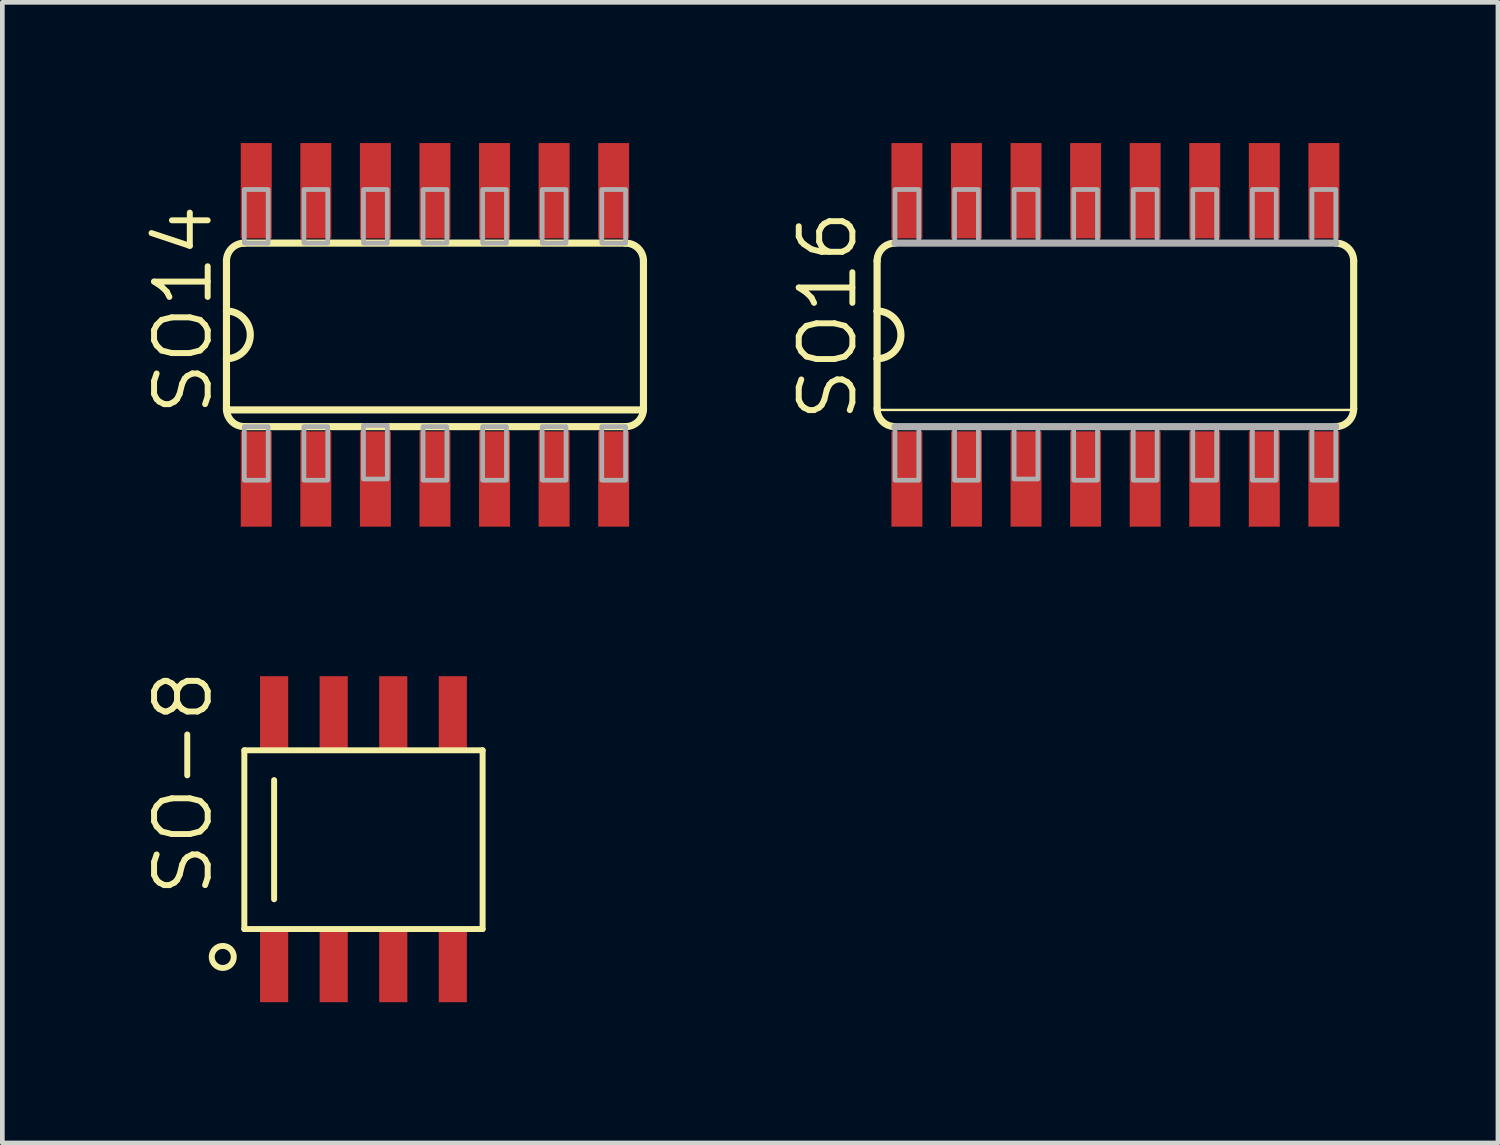
<source format=kicad_pcb>
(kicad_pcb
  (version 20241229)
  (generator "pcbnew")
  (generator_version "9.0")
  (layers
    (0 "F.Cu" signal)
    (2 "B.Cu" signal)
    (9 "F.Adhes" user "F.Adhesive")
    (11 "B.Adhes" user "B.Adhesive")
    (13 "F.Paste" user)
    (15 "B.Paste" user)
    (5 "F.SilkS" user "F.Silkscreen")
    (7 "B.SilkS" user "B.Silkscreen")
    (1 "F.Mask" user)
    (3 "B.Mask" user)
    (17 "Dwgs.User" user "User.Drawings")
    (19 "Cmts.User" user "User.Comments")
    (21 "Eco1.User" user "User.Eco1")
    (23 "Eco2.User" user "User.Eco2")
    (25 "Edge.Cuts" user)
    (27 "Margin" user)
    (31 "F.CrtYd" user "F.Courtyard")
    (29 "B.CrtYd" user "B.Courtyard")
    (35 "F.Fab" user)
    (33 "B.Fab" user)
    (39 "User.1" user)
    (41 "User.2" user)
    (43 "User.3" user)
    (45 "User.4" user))
  (footprint "SO14"
    (layer "F.Cu")
    (at 6.223 4.089)
    (property "Reference" "SO14" (at -4.699 1.778 90) (layer "F.SilkS") (effects (font (size 1.143 1.143) (thickness 0.127)) (justify left bottom)))
    (fp_line (start -4.445 -1.575) (end -4.445 -0.508) (stroke (width 0.152) (type solid)) (layer "F.SilkS"))
    (fp_line (start -4.445 -0.508) (end -4.445 0.508) (stroke (width 0.152) (type solid)) (layer "F.SilkS"))
    (fp_line (start -4.445 0.508) (end -4.445 1.575) (stroke (width 0.152) (type solid)) (layer "F.SilkS"))
    (fp_line (start -4.445 1.6) (end 4.445 1.6) (stroke (width 0.152) (type solid)) (layer "F.SilkS"))
    (fp_line (start -4.064 1.956) (end 4.064 1.956) (stroke (width 0.152) (type solid)) (layer "F.SilkS"))
    (fp_line (start 4.064 -1.956) (end -4.064 -1.956) (stroke (width 0.152) (type solid)) (layer "F.SilkS"))
    (fp_line (start 4.445 1.575) (end 4.445 -1.575) (stroke (width 0.152) (type solid)) (layer "F.SilkS"))
    (fp_arc (start -4.445 -1.5748) (mid -4.333408 -1.844208) (end -4.064 -1.9558) (stroke (width 0.1524) (type solid)) (layer "F.SilkS"))
    (fp_arc (start -4.445 -0.508) (mid -3.937 0) (end -4.445 0.508) (stroke (width 0.1524) (type solid)) (layer "F.SilkS"))
    (fp_arc (start -4.064 1.9558) (mid -4.333408 1.844208) (end -4.445 1.5748) (stroke (width 0.1524) (type solid)) (layer "F.SilkS"))
    (fp_arc (start 4.064 -1.9558) (mid 4.333408 -1.844208) (end 4.445 -1.5748) (stroke (width 0.1524) (type solid)) (layer "F.SilkS"))
    (fp_arc (start 4.445 1.5748) (mid 4.333408 1.844208) (end 4.064 1.9558) (stroke (width 0.1524) (type solid)) (layer "F.SilkS"))
    (fp_poly (pts (xy -4.064 -1.956) (xy -3.556 -1.956) (xy -3.556 -3.099) (xy -4.064 -3.099)) (stroke (width 0.1) (type default)) (fill no) (layer "F.Fab"))
    (fp_poly (pts (xy -4.064 3.099) (xy -3.556 3.099) (xy -3.556 1.956) (xy -4.064 1.956)) (stroke (width 0.1) (type default)) (fill no) (layer "F.Fab"))
    (fp_poly (pts (xy -2.794 -1.956) (xy -2.286 -1.956) (xy -2.286 -3.099) (xy -2.794 -3.099)) (stroke (width 0.1) (type default)) (fill no) (layer "F.Fab"))
    (fp_poly (pts (xy -2.794 3.099) (xy -2.286 3.099) (xy -2.286 1.956) (xy -2.794 1.956)) (stroke (width 0.1) (type default)) (fill no) (layer "F.Fab"))
    (fp_poly (pts (xy -1.524 -1.956) (xy -1.016 -1.956) (xy -1.016 -3.099) (xy -1.524 -3.099)) (stroke (width 0.1) (type default)) (fill no) (layer "F.Fab"))
    (fp_poly (pts (xy -1.524 3.073) (xy -1.016 3.073) (xy -1.016 1.93) (xy -1.524 1.93)) (stroke (width 0.1) (type default)) (fill no) (layer "F.Fab"))
    (fp_poly (pts (xy -0.254 -1.956) (xy 0.254 -1.956) (xy 0.254 -3.099) (xy -0.254 -3.099)) (stroke (width 0.1) (type default)) (fill no) (layer "F.Fab"))
    (fp_poly (pts (xy -0.254 3.099) (xy 0.254 3.099) (xy 0.254 1.956) (xy -0.254 1.956)) (stroke (width 0.1) (type default)) (fill no) (layer "F.Fab"))
    (fp_poly (pts (xy 1.016 -1.956) (xy 1.524 -1.956) (xy 1.524 -3.099) (xy 1.016 -3.099)) (stroke (width 0.1) (type default)) (fill no) (layer "F.Fab"))
    (fp_poly (pts (xy 1.016 3.099) (xy 1.524 3.099) (xy 1.524 1.956) (xy 1.016 1.956)) (stroke (width 0.1) (type default)) (fill no) (layer "F.Fab"))
    (fp_poly (pts (xy 2.286 -1.956) (xy 2.794 -1.956) (xy 2.794 -3.099) (xy 2.286 -3.099)) (stroke (width 0.1) (type default)) (fill no) (layer "F.Fab"))
    (fp_poly (pts (xy 2.286 3.099) (xy 2.794 3.099) (xy 2.794 1.956) (xy 2.286 1.956)) (stroke (width 0.1) (type default)) (fill no) (layer "F.Fab"))
    (fp_poly (pts (xy 3.556 -1.956) (xy 4.064 -1.956) (xy 4.064 -3.099) (xy 3.556 -3.099)) (stroke (width 0.1) (type default)) (fill no) (layer "F.Fab"))
    (fp_poly (pts (xy 3.556 3.099) (xy 4.064 3.099) (xy 4.064 1.956) (xy 3.556 1.956)) (stroke (width 0.1) (type default)) (fill no) (layer "F.Fab"))
    (pad "1" smd rect (at -3.81 3.073) (size 0.66 2.032) (layers "F.Cu" "F.Mask" "F.Paste"))
    (pad "2" smd rect (at -2.54 3.073) (size 0.66 2.032) (layers "F.Cu" "F.Mask" "F.Paste"))
    (pad "3" smd rect (at -1.27 3.073) (size 0.66 2.032) (layers "F.Cu" "F.Mask" "F.Paste"))
    (pad "4" smd rect (at 0 3.073) (size 0.66 2.032) (layers "F.Cu" "F.Mask" "F.Paste"))
    (pad "5" smd rect (at 1.27 3.073) (size 0.66 2.032) (layers "F.Cu" "F.Mask" "F.Paste"))
    (pad "6" smd rect (at 2.54 3.073) (size 0.66 2.032) (layers "F.Cu" "F.Mask" "F.Paste"))
    (pad "7" smd rect (at 3.81 3.073) (size 0.66 2.032) (layers "F.Cu" "F.Mask" "F.Paste"))
    (pad "8" smd rect (at 3.81 -3.073) (size 0.66 2.032) (layers "F.Cu" "F.Mask" "F.Paste"))
    (pad "9" smd rect (at 2.54 -3.073) (size 0.66 2.032) (layers "F.Cu" "F.Mask" "F.Paste"))
    (pad "10" smd rect (at 1.27 -3.073) (size 0.66 2.032) (layers "F.Cu" "F.Mask" "F.Paste"))
    (pad "11" smd rect (at 0 -3.073) (size 0.66 2.032) (layers "F.Cu" "F.Mask" "F.Paste"))
    (pad "12" smd rect (at -1.27 -3.073) (size 0.66 2.032) (layers "F.Cu" "F.Mask" "F.Paste"))
    (pad "13" smd rect (at -2.54 -3.073) (size 0.66 2.032) (layers "F.Cu" "F.Mask" "F.Paste"))
    (pad "14" smd rect (at -3.81 -3.073) (size 0.66 2.032) (layers "F.Cu" "F.Mask" "F.Paste")))
  (footprint "SO-8"
    (layer "F.Cu")
    (at 4.699 14.851)
    (property "Reference" "SO-8" (at -3.175 1.27 90) (layer "F.SilkS") (effects (font (size 1.143 1.143) (thickness 0.127)) (justify left bottom)))
    (fp_line (start -2.54 -1.905) (end -2.54 1.905) (stroke (width 0.127) (type solid)) (layer "F.SilkS"))
    (fp_line (start -2.54 -1.905) (end 2.54 -1.905) (stroke (width 0.127) (type solid)) (layer "F.SilkS"))
    (fp_line (start -1.905 -1.27) (end -1.905 1.27) (stroke (width 0.127) (type solid)) (layer "F.SilkS"))
    (fp_line (start 2.54 -1.905) (end 2.54 1.905) (stroke (width 0.127) (type solid)) (layer "F.SilkS"))
    (fp_line (start 2.54 1.905) (end -2.54 1.905) (stroke (width 0.127) (type solid)) (layer "F.SilkS"))
    (fp_circle (center -3 2.5) (end -2.765 2.5) (stroke (width 0.127) (type solid)) (fill no) (layer "F.SilkS"))
    (pad "1" smd rect (at -1.905 2.69) (size 0.6 1.55) (layers "F.Cu" "F.Mask" "F.Paste"))
    (pad "2" smd rect (at -0.635 2.69) (size 0.6 1.55) (layers "F.Cu" "F.Mask" "F.Paste"))
    (pad "3" smd rect (at 0.635 2.69) (size 0.6 1.55) (layers "F.Cu" "F.Mask" "F.Paste"))
    (pad "4" smd rect (at 1.905 2.69) (size 0.6 1.55) (layers "F.Cu" "F.Mask" "F.Paste"))
    (pad "5" smd rect (at 1.905 -2.71) (size 0.6 1.55) (layers "F.Cu" "F.Mask" "F.Paste"))
    (pad "6" smd rect (at 0.635 -2.71) (size 0.6 1.55) (layers "F.Cu" "F.Mask" "F.Paste"))
    (pad "7" smd rect (at -0.635 -2.71) (size 0.6 1.55) (layers "F.Cu" "F.Mask" "F.Paste"))
    (pad "8" smd rect (at -1.905 -2.71) (size 0.6 1.55) (layers "F.Cu" "F.Mask" "F.Paste")))
  (footprint "SO16"
    (layer "F.Cu")
    (at 20.729 4.089)
    (property "Reference" "SO16" (at -5.461 1.905 90) (layer "F.SilkS") (effects (font (size 1.143 1.143) (thickness 0.127)) (justify left bottom)))
    (fp_line (start -5.08 -1.575) (end -5.08 -0.508) (stroke (width 0.152) (type solid)) (layer "F.SilkS"))
    (fp_line (start -5.08 -0.508) (end -5.08 0.508) (stroke (width 0.152) (type solid)) (layer "F.SilkS"))
    (fp_line (start -5.08 0.508) (end -5.08 1.575) (stroke (width 0.152) (type solid)) (layer "F.SilkS"))
    (fp_line (start -5.08 1.6) (end 5.08 1.6) (stroke (width 0.051) (type solid)) (layer "F.SilkS"))
    (fp_line (start 5.08 1.575) (end 5.08 -1.575) (stroke (width 0.152) (type solid)) (layer "F.SilkS"))
    (fp_arc (start -5.08 -1.5748) (mid -4.968408 -1.844208) (end -4.699 -1.9558) (stroke (width 0.1524) (type solid)) (layer "F.SilkS"))
    (fp_arc (start -5.08 -0.508) (mid -4.572 0) (end -5.08 0.508) (stroke (width 0.1524) (type solid)) (layer "F.SilkS"))
    (fp_arc (start -4.699 1.9558) (mid -4.968408 1.844208) (end -5.08 1.5748) (stroke (width 0.1524) (type solid)) (layer "F.SilkS"))
    (fp_arc (start 4.699 -1.9558) (mid 4.968408 -1.844208) (end 5.08 -1.5748) (stroke (width 0.1524) (type solid)) (layer "F.SilkS"))
    (fp_arc (start 5.08 1.5748) (mid 4.968408 1.844208) (end 4.699 1.9558) (stroke (width 0.1524) (type solid)) (layer "F.SilkS"))
    (fp_line (start -4.699 1.956) (end 4.699 1.956) (stroke (width 0.152) (type solid)) (layer "F.Fab"))
    (fp_line (start 4.699 -1.956) (end -4.699 -1.956) (stroke (width 0.152) (type solid)) (layer "F.Fab"))
    (fp_poly (pts (xy -4.699 -1.956) (xy -4.191 -1.956) (xy -4.191 -3.099) (xy -4.699 -3.099)) (stroke (width 0.1) (type default)) (fill no) (layer "F.Fab"))
    (fp_poly (pts (xy -4.699 3.099) (xy -4.191 3.099) (xy -4.191 1.956) (xy -4.699 1.956)) (stroke (width 0.1) (type default)) (fill no) (layer "F.Fab"))
    (fp_poly (pts (xy -3.429 -1.956) (xy -2.921 -1.956) (xy -2.921 -3.099) (xy -3.429 -3.099)) (stroke (width 0.1) (type default)) (fill no) (layer "F.Fab"))
    (fp_poly (pts (xy -3.429 3.099) (xy -2.921 3.099) (xy -2.921 1.956) (xy -3.429 1.956)) (stroke (width 0.1) (type default)) (fill no) (layer "F.Fab"))
    (fp_poly (pts (xy -2.159 -1.956) (xy -1.651 -1.956) (xy -1.651 -3.099) (xy -2.159 -3.099)) (stroke (width 0.1) (type default)) (fill no) (layer "F.Fab"))
    (fp_poly (pts (xy -2.159 3.073) (xy -1.651 3.073) (xy -1.651 1.93) (xy -2.159 1.93)) (stroke (width 0.1) (type default)) (fill no) (layer "F.Fab"))
    (fp_poly (pts (xy -0.889 -1.956) (xy -0.381 -1.956) (xy -0.381 -3.099) (xy -0.889 -3.099)) (stroke (width 0.1) (type default)) (fill no) (layer "F.Fab"))
    (fp_poly (pts (xy -0.889 3.099) (xy -0.381 3.099) (xy -0.381 1.956) (xy -0.889 1.956)) (stroke (width 0.1) (type default)) (fill no) (layer "F.Fab"))
    (fp_poly (pts (xy 0.381 -1.956) (xy 0.889 -1.956) (xy 0.889 -3.099) (xy 0.381 -3.099)) (stroke (width 0.1) (type default)) (fill no) (layer "F.Fab"))
    (fp_poly (pts (xy 0.381 3.099) (xy 0.889 3.099) (xy 0.889 1.956) (xy 0.381 1.956)) (stroke (width 0.1) (type default)) (fill no) (layer "F.Fab"))
    (fp_poly (pts (xy 1.651 -1.956) (xy 2.159 -1.956) (xy 2.159 -3.099) (xy 1.651 -3.099)) (stroke (width 0.1) (type default)) (fill no) (layer "F.Fab"))
    (fp_poly (pts (xy 1.651 3.099) (xy 2.159 3.099) (xy 2.159 1.956) (xy 1.651 1.956)) (stroke (width 0.1) (type default)) (fill no) (layer "F.Fab"))
    (fp_poly (pts (xy 2.921 -1.956) (xy 3.429 -1.956) (xy 3.429 -3.099) (xy 2.921 -3.099)) (stroke (width 0.1) (type default)) (fill no) (layer "F.Fab"))
    (fp_poly (pts (xy 2.921 3.099) (xy 3.429 3.099) (xy 3.429 1.956) (xy 2.921 1.956)) (stroke (width 0.1) (type default)) (fill no) (layer "F.Fab"))
    (fp_poly (pts (xy 4.191 -1.956) (xy 4.699 -1.956) (xy 4.699 -3.099) (xy 4.191 -3.099)) (stroke (width 0.1) (type default)) (fill no) (layer "F.Fab"))
    (fp_poly (pts (xy 4.191 3.099) (xy 4.699 3.099) (xy 4.699 1.956) (xy 4.191 1.956)) (stroke (width 0.1) (type default)) (fill no) (layer "F.Fab"))
    (pad "1" smd rect (at -4.445 3.073) (size 0.66 2.032) (layers "F.Cu" "F.Mask" "F.Paste"))
    (pad "2" smd rect (at -3.175 3.073) (size 0.66 2.032) (layers "F.Cu" "F.Mask" "F.Paste"))
    (pad "3" smd rect (at -1.905 3.073) (size 0.66 2.032) (layers "F.Cu" "F.Mask" "F.Paste"))
    (pad "4" smd rect (at -0.635 3.073) (size 0.66 2.032) (layers "F.Cu" "F.Mask" "F.Paste"))
    (pad "5" smd rect (at 0.635 3.073) (size 0.66 2.032) (layers "F.Cu" "F.Mask" "F.Paste"))
    (pad "6" smd rect (at 1.905 3.073) (size 0.66 2.032) (layers "F.Cu" "F.Mask" "F.Paste"))
    (pad "7" smd rect (at 3.175 3.073) (size 0.66 2.032) (layers "F.Cu" "F.Mask" "F.Paste"))
    (pad "8" smd rect (at 4.445 3.073) (size 0.66 2.032) (layers "F.Cu" "F.Mask" "F.Paste"))
    (pad "9" smd rect (at 4.445 -3.073) (size 0.66 2.032) (layers "F.Cu" "F.Mask" "F.Paste"))
    (pad "10" smd rect (at 3.175 -3.073) (size 0.66 2.032) (layers "F.Cu" "F.Mask" "F.Paste"))
    (pad "11" smd rect (at 1.905 -3.073) (size 0.66 2.032) (layers "F.Cu" "F.Mask" "F.Paste"))
    (pad "12" smd rect (at 0.635 -3.073) (size 0.66 2.032) (layers "F.Cu" "F.Mask" "F.Paste"))
    (pad "13" smd rect (at -0.635 -3.073) (size 0.66 2.032) (layers "F.Cu" "F.Mask" "F.Paste"))
    (pad "14" smd rect (at -1.905 -3.073) (size 0.66 2.032) (layers "F.Cu" "F.Mask" "F.Paste"))
    (pad "15" smd rect (at -3.175 -3.073) (size 0.66 2.032) (layers "F.Cu" "F.Mask" "F.Paste"))
    (pad "16" smd rect (at -4.445 -3.073) (size 0.66 2.032) (layers "F.Cu" "F.Mask" "F.Paste")))
  (gr_rect
    (start -3 -3)
    (end 28.885 21.316)
    (stroke (width 0.1) (type default))
    (fill no)
    (layer "Edge.Cuts")))
</source>
